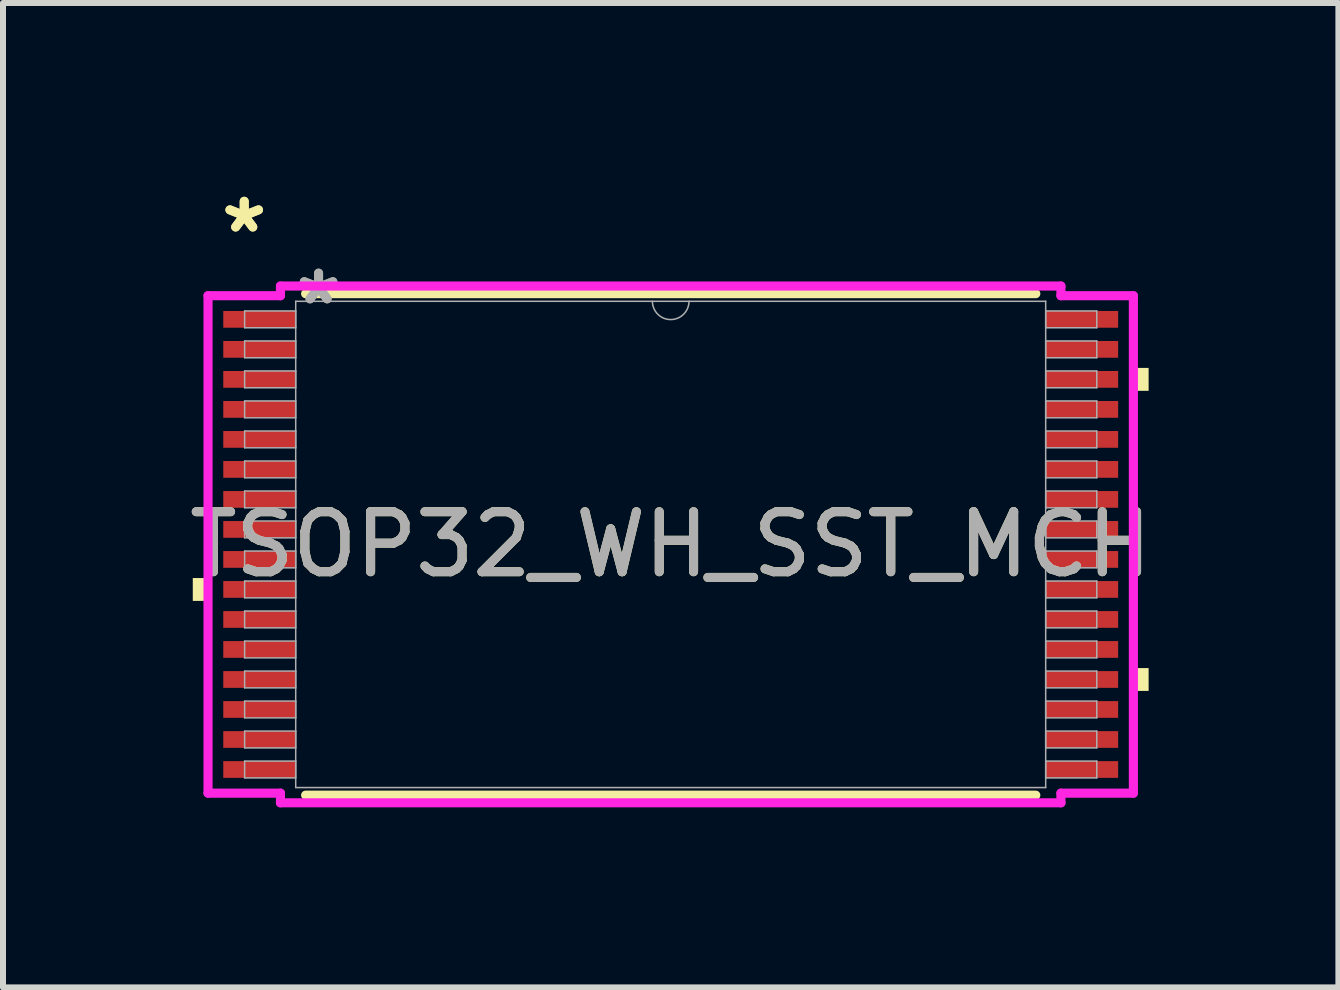
<source format=kicad_pcb>
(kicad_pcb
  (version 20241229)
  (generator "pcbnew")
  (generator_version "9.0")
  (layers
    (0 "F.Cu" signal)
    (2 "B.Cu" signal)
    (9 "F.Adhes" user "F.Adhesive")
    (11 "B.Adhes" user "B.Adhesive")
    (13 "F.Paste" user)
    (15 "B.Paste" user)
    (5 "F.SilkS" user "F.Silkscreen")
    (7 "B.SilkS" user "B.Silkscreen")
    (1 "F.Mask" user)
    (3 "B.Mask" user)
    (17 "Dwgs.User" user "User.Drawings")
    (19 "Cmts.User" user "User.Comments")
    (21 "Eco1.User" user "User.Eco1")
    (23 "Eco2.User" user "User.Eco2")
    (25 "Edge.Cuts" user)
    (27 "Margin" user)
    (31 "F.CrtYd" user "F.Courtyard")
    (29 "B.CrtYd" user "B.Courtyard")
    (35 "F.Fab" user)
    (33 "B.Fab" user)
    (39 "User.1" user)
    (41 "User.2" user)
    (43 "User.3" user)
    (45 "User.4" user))
  (footprint "TSOP32_WH_SST_MCH"
    (layer "F.Cu")
    (at 8.125 6.021)
    (property "Reference" "TSOP32_WH_SST_MCH" (at 0 0 0) (unlocked yes) (layer "F.SilkS") (effects (font (size 1 1) (thickness 0.15))))
    (attr smd)
    (fp_line (start -6.083 4.178) (end 6.083 4.178) (stroke (width 0.152) (type solid)) (layer "F.SilkS"))
    (fp_line (start 6.083 -4.178) (end -6.083 -4.178) (stroke (width 0.152) (type solid)) (layer "F.SilkS"))
    (fp_poly (pts (xy -7.963 0.56) (xy -7.963 0.941) (xy -7.709 0.941) (xy -7.709 0.56)) (stroke (width 0) (type solid)) (fill yes) (layer "F.SilkS"))
    (fp_poly (pts (xy 7.963 -2.941) (xy 7.963 -2.559) (xy 7.709 -2.559) (xy 7.709 -2.941)) (stroke (width 0) (type solid)) (fill yes) (layer "F.SilkS"))
    (fp_poly (pts (xy 7.963 2.06) (xy 7.963 2.441) (xy 7.709 2.441) (xy 7.709 2.06)) (stroke (width 0) (type solid)) (fill yes) (layer "F.SilkS"))
    (fp_line (start -7.709 -4.144) (end -6.502 -4.144) (stroke (width 0.152) (type solid)) (layer "F.CrtYd"))
    (fp_line (start -7.709 4.144) (end -7.709 -4.144) (stroke (width 0.152) (type solid)) (layer "F.CrtYd"))
    (fp_line (start -7.709 4.144) (end -6.502 4.144) (stroke (width 0.152) (type solid)) (layer "F.CrtYd"))
    (fp_line (start -6.502 -4.305) (end 6.502 -4.305) (stroke (width 0.152) (type solid)) (layer "F.CrtYd"))
    (fp_line (start -6.502 -4.144) (end -6.502 -4.305) (stroke (width 0.152) (type solid)) (layer "F.CrtYd"))
    (fp_line (start -6.502 4.305) (end -6.502 4.144) (stroke (width 0.152) (type solid)) (layer "F.CrtYd"))
    (fp_line (start 6.502 -4.305) (end 6.502 -4.144) (stroke (width 0.152) (type solid)) (layer "F.CrtYd"))
    (fp_line (start 6.502 4.144) (end 6.502 4.305) (stroke (width 0.152) (type solid)) (layer "F.CrtYd"))
    (fp_line (start 6.502 4.305) (end -6.502 4.305) (stroke (width 0.152) (type solid)) (layer "F.CrtYd"))
    (fp_line (start 7.709 -4.144) (end 6.502 -4.144) (stroke (width 0.152) (type solid)) (layer "F.CrtYd"))
    (fp_line (start 7.709 -4.144) (end 7.709 4.144) (stroke (width 0.152) (type solid)) (layer "F.CrtYd"))
    (fp_line (start 7.709 4.144) (end 6.502 4.144) (stroke (width 0.152) (type solid)) (layer "F.CrtYd"))
    (fp_line (start -7.099 -3.89) (end -7.099 -3.61) (stroke (width 0.025) (type solid)) (layer "F.Fab"))
    (fp_line (start -7.099 -3.61) (end -6.248 -3.61) (stroke (width 0.025) (type solid)) (layer "F.Fab"))
    (fp_line (start -7.099 -3.39) (end -7.099 -3.11) (stroke (width 0.025) (type solid)) (layer "F.Fab"))
    (fp_line (start -7.099 -3.11) (end -6.248 -3.11) (stroke (width 0.025) (type solid)) (layer "F.Fab"))
    (fp_line (start -7.099 -2.89) (end -7.099 -2.61) (stroke (width 0.025) (type solid)) (layer "F.Fab"))
    (fp_line (start -7.099 -2.61) (end -6.248 -2.61) (stroke (width 0.025) (type solid)) (layer "F.Fab"))
    (fp_line (start -7.099 -2.39) (end -7.099 -2.11) (stroke (width 0.025) (type solid)) (layer "F.Fab"))
    (fp_line (start -7.099 -2.11) (end -6.248 -2.11) (stroke (width 0.025) (type solid)) (layer "F.Fab"))
    (fp_line (start -7.099 -1.89) (end -7.099 -1.61) (stroke (width 0.025) (type solid)) (layer "F.Fab"))
    (fp_line (start -7.099 -1.61) (end -6.248 -1.61) (stroke (width 0.025) (type solid)) (layer "F.Fab"))
    (fp_line (start -7.099 -1.39) (end -7.099 -1.11) (stroke (width 0.025) (type solid)) (layer "F.Fab"))
    (fp_line (start -7.099 -1.11) (end -6.248 -1.11) (stroke (width 0.025) (type solid)) (layer "F.Fab"))
    (fp_line (start -7.099 -0.89) (end -7.099 -0.61) (stroke (width 0.025) (type solid)) (layer "F.Fab"))
    (fp_line (start -7.099 -0.61) (end -6.248 -0.61) (stroke (width 0.025) (type solid)) (layer "F.Fab"))
    (fp_line (start -7.099 -0.39) (end -7.099 -0.11) (stroke (width 0.025) (type solid)) (layer "F.Fab"))
    (fp_line (start -7.099 -0.11) (end -6.248 -0.11) (stroke (width 0.025) (type solid)) (layer "F.Fab"))
    (fp_line (start -7.099 0.11) (end -7.099 0.39) (stroke (width 0.025) (type solid)) (layer "F.Fab"))
    (fp_line (start -7.099 0.39) (end -6.248 0.39) (stroke (width 0.025) (type solid)) (layer "F.Fab"))
    (fp_line (start -7.099 0.61) (end -7.099 0.89) (stroke (width 0.025) (type solid)) (layer "F.Fab"))
    (fp_line (start -7.099 0.89) (end -6.248 0.89) (stroke (width 0.025) (type solid)) (layer "F.Fab"))
    (fp_line (start -7.099 1.11) (end -7.099 1.39) (stroke (width 0.025) (type solid)) (layer "F.Fab"))
    (fp_line (start -7.099 1.39) (end -6.248 1.39) (stroke (width 0.025) (type solid)) (layer "F.Fab"))
    (fp_line (start -7.099 1.61) (end -7.099 1.89) (stroke (width 0.025) (type solid)) (layer "F.Fab"))
    (fp_line (start -7.099 1.89) (end -6.248 1.89) (stroke (width 0.025) (type solid)) (layer "F.Fab"))
    (fp_line (start -7.099 2.11) (end -7.099 2.39) (stroke (width 0.025) (type solid)) (layer "F.Fab"))
    (fp_line (start -7.099 2.39) (end -6.248 2.39) (stroke (width 0.025) (type solid)) (layer "F.Fab"))
    (fp_line (start -7.099 2.61) (end -7.099 2.89) (stroke (width 0.025) (type solid)) (layer "F.Fab"))
    (fp_line (start -7.099 2.89) (end -6.248 2.89) (stroke (width 0.025) (type solid)) (layer "F.Fab"))
    (fp_line (start -7.099 3.11) (end -7.099 3.39) (stroke (width 0.025) (type solid)) (layer "F.Fab"))
    (fp_line (start -7.099 3.39) (end -6.248 3.39) (stroke (width 0.025) (type solid)) (layer "F.Fab"))
    (fp_line (start -7.099 3.61) (end -7.099 3.89) (stroke (width 0.025) (type solid)) (layer "F.Fab"))
    (fp_line (start -7.099 3.89) (end -6.248 3.89) (stroke (width 0.025) (type solid)) (layer "F.Fab"))
    (fp_line (start -6.248 -4.051) (end -6.248 4.051) (stroke (width 0.025) (type solid)) (layer "F.Fab"))
    (fp_line (start -6.248 -3.89) (end -7.099 -3.89) (stroke (width 0.025) (type solid)) (layer "F.Fab"))
    (fp_line (start -6.248 -3.61) (end -6.248 -3.89) (stroke (width 0.025) (type solid)) (layer "F.Fab"))
    (fp_line (start -6.248 -3.39) (end -7.099 -3.39) (stroke (width 0.025) (type solid)) (layer "F.Fab"))
    (fp_line (start -6.248 -3.11) (end -6.248 -3.39) (stroke (width 0.025) (type solid)) (layer "F.Fab"))
    (fp_line (start -6.248 -2.89) (end -7.099 -2.89) (stroke (width 0.025) (type solid)) (layer "F.Fab"))
    (fp_line (start -6.248 -2.61) (end -6.248 -2.89) (stroke (width 0.025) (type solid)) (layer "F.Fab"))
    (fp_line (start -6.248 -2.39) (end -7.099 -2.39) (stroke (width 0.025) (type solid)) (layer "F.Fab"))
    (fp_line (start -6.248 -2.11) (end -6.248 -2.39) (stroke (width 0.025) (type solid)) (layer "F.Fab"))
    (fp_line (start -6.248 -1.89) (end -7.099 -1.89) (stroke (width 0.025) (type solid)) (layer "F.Fab"))
    (fp_line (start -6.248 -1.61) (end -6.248 -1.89) (stroke (width 0.025) (type solid)) (layer "F.Fab"))
    (fp_line (start -6.248 -1.39) (end -7.099 -1.39) (stroke (width 0.025) (type solid)) (layer "F.Fab"))
    (fp_line (start -6.248 -1.11) (end -6.248 -1.39) (stroke (width 0.025) (type solid)) (layer "F.Fab"))
    (fp_line (start -6.248 -0.89) (end -7.099 -0.89) (stroke (width 0.025) (type solid)) (layer "F.Fab"))
    (fp_line (start -6.248 -0.61) (end -6.248 -0.89) (stroke (width 0.025) (type solid)) (layer "F.Fab"))
    (fp_line (start -6.248 -0.39) (end -7.099 -0.39) (stroke (width 0.025) (type solid)) (layer "F.Fab"))
    (fp_line (start -6.248 -0.11) (end -6.248 -0.39) (stroke (width 0.025) (type solid)) (layer "F.Fab"))
    (fp_line (start -6.248 0.11) (end -7.099 0.11) (stroke (width 0.025) (type solid)) (layer "F.Fab"))
    (fp_line (start -6.248 0.39) (end -6.248 0.11) (stroke (width 0.025) (type solid)) (layer "F.Fab"))
    (fp_line (start -6.248 0.61) (end -7.099 0.61) (stroke (width 0.025) (type solid)) (layer "F.Fab"))
    (fp_line (start -6.248 0.89) (end -6.248 0.61) (stroke (width 0.025) (type solid)) (layer "F.Fab"))
    (fp_line (start -6.248 1.11) (end -7.099 1.11) (stroke (width 0.025) (type solid)) (layer "F.Fab"))
    (fp_line (start -6.248 1.39) (end -6.248 1.11) (stroke (width 0.025) (type solid)) (layer "F.Fab"))
    (fp_line (start -6.248 1.61) (end -7.099 1.61) (stroke (width 0.025) (type solid)) (layer "F.Fab"))
    (fp_line (start -6.248 1.89) (end -6.248 1.61) (stroke (width 0.025) (type solid)) (layer "F.Fab"))
    (fp_line (start -6.248 2.11) (end -7.099 2.11) (stroke (width 0.025) (type solid)) (layer "F.Fab"))
    (fp_line (start -6.248 2.39) (end -6.248 2.11) (stroke (width 0.025) (type solid)) (layer "F.Fab"))
    (fp_line (start -6.248 2.61) (end -7.099 2.61) (stroke (width 0.025) (type solid)) (layer "F.Fab"))
    (fp_line (start -6.248 2.89) (end -6.248 2.61) (stroke (width 0.025) (type solid)) (layer "F.Fab"))
    (fp_line (start -6.248 3.11) (end -7.099 3.11) (stroke (width 0.025) (type solid)) (layer "F.Fab"))
    (fp_line (start -6.248 3.39) (end -6.248 3.11) (stroke (width 0.025) (type solid)) (layer "F.Fab"))
    (fp_line (start -6.248 3.61) (end -7.099 3.61) (stroke (width 0.025) (type solid)) (layer "F.Fab"))
    (fp_line (start -6.248 3.89) (end -6.248 3.61) (stroke (width 0.025) (type solid)) (layer "F.Fab"))
    (fp_line (start -6.248 4.051) (end 6.248 4.051) (stroke (width 0.025) (type solid)) (layer "F.Fab"))
    (fp_line (start 6.248 -4.051) (end -6.248 -4.051) (stroke (width 0.025) (type solid)) (layer "F.Fab"))
    (fp_line (start 6.248 -3.89) (end 6.248 -3.61) (stroke (width 0.025) (type solid)) (layer "F.Fab"))
    (fp_line (start 6.248 -3.61) (end 7.099 -3.61) (stroke (width 0.025) (type solid)) (layer "F.Fab"))
    (fp_line (start 6.248 -3.39) (end 6.248 -3.11) (stroke (width 0.025) (type solid)) (layer "F.Fab"))
    (fp_line (start 6.248 -3.11) (end 7.099 -3.11) (stroke (width 0.025) (type solid)) (layer "F.Fab"))
    (fp_line (start 6.248 -2.89) (end 6.248 -2.61) (stroke (width 0.025) (type solid)) (layer "F.Fab"))
    (fp_line (start 6.248 -2.61) (end 7.099 -2.61) (stroke (width 0.025) (type solid)) (layer "F.Fab"))
    (fp_line (start 6.248 -2.39) (end 6.248 -2.11) (stroke (width 0.025) (type solid)) (layer "F.Fab"))
    (fp_line (start 6.248 -2.11) (end 7.099 -2.11) (stroke (width 0.025) (type solid)) (layer "F.Fab"))
    (fp_line (start 6.248 -1.89) (end 6.248 -1.61) (stroke (width 0.025) (type solid)) (layer "F.Fab"))
    (fp_line (start 6.248 -1.61) (end 7.099 -1.61) (stroke (width 0.025) (type solid)) (layer "F.Fab"))
    (fp_line (start 6.248 -1.39) (end 6.248 -1.11) (stroke (width 0.025) (type solid)) (layer "F.Fab"))
    (fp_line (start 6.248 -1.11) (end 7.099 -1.11) (stroke (width 0.025) (type solid)) (layer "F.Fab"))
    (fp_line (start 6.248 -0.89) (end 6.248 -0.61) (stroke (width 0.025) (type solid)) (layer "F.Fab"))
    (fp_line (start 6.248 -0.61) (end 7.099 -0.61) (stroke (width 0.025) (type solid)) (layer "F.Fab"))
    (fp_line (start 6.248 -0.39) (end 6.248 -0.11) (stroke (width 0.025) (type solid)) (layer "F.Fab"))
    (fp_line (start 6.248 -0.11) (end 7.099 -0.11) (stroke (width 0.025) (type solid)) (layer "F.Fab"))
    (fp_line (start 6.248 0.11) (end 6.248 0.39) (stroke (width 0.025) (type solid)) (layer "F.Fab"))
    (fp_line (start 6.248 0.39) (end 7.099 0.39) (stroke (width 0.025) (type solid)) (layer "F.Fab"))
    (fp_line (start 6.248 0.61) (end 6.248 0.89) (stroke (width 0.025) (type solid)) (layer "F.Fab"))
    (fp_line (start 6.248 0.89) (end 7.099 0.89) (stroke (width 0.025) (type solid)) (layer "F.Fab"))
    (fp_line (start 6.248 1.11) (end 6.248 1.39) (stroke (width 0.025) (type solid)) (layer "F.Fab"))
    (fp_line (start 6.248 1.39) (end 7.099 1.39) (stroke (width 0.025) (type solid)) (layer "F.Fab"))
    (fp_line (start 6.248 1.61) (end 6.248 1.89) (stroke (width 0.025) (type solid)) (layer "F.Fab"))
    (fp_line (start 6.248 1.89) (end 7.099 1.89) (stroke (width 0.025) (type solid)) (layer "F.Fab"))
    (fp_line (start 6.248 2.11) (end 6.248 2.39) (stroke (width 0.025) (type solid)) (layer "F.Fab"))
    (fp_line (start 6.248 2.39) (end 7.099 2.39) (stroke (width 0.025) (type solid)) (layer "F.Fab"))
    (fp_line (start 6.248 2.61) (end 6.248 2.89) (stroke (width 0.025) (type solid)) (layer "F.Fab"))
    (fp_line (start 6.248 2.89) (end 7.099 2.89) (stroke (width 0.025) (type solid)) (layer "F.Fab"))
    (fp_line (start 6.248 3.11) (end 6.248 3.39) (stroke (width 0.025) (type solid)) (layer "F.Fab"))
    (fp_line (start 6.248 3.39) (end 7.099 3.39) (stroke (width 0.025) (type solid)) (layer "F.Fab"))
    (fp_line (start 6.248 3.61) (end 6.248 3.89) (stroke (width 0.025) (type solid)) (layer "F.Fab"))
    (fp_line (start 6.248 3.89) (end 7.099 3.89) (stroke (width 0.025) (type solid)) (layer "F.Fab"))
    (fp_line (start 6.248 4.051) (end 6.248 -4.051) (stroke (width 0.025) (type solid)) (layer "F.Fab"))
    (fp_line (start 7.099 -3.89) (end 6.248 -3.89) (stroke (width 0.025) (type solid)) (layer "F.Fab"))
    (fp_line (start 7.099 -3.61) (end 7.099 -3.89) (stroke (width 0.025) (type solid)) (layer "F.Fab"))
    (fp_line (start 7.099 -3.39) (end 6.248 -3.39) (stroke (width 0.025) (type solid)) (layer "F.Fab"))
    (fp_line (start 7.099 -3.11) (end 7.099 -3.39) (stroke (width 0.025) (type solid)) (layer "F.Fab"))
    (fp_line (start 7.099 -2.89) (end 6.248 -2.89) (stroke (width 0.025) (type solid)) (layer "F.Fab"))
    (fp_line (start 7.099 -2.61) (end 7.099 -2.89) (stroke (width 0.025) (type solid)) (layer "F.Fab"))
    (fp_line (start 7.099 -2.39) (end 6.248 -2.39) (stroke (width 0.025) (type solid)) (layer "F.Fab"))
    (fp_line (start 7.099 -2.11) (end 7.099 -2.39) (stroke (width 0.025) (type solid)) (layer "F.Fab"))
    (fp_line (start 7.099 -1.89) (end 6.248 -1.89) (stroke (width 0.025) (type solid)) (layer "F.Fab"))
    (fp_line (start 7.099 -1.61) (end 7.099 -1.89) (stroke (width 0.025) (type solid)) (layer "F.Fab"))
    (fp_line (start 7.099 -1.39) (end 6.248 -1.39) (stroke (width 0.025) (type solid)) (layer "F.Fab"))
    (fp_line (start 7.099 -1.11) (end 7.099 -1.39) (stroke (width 0.025) (type solid)) (layer "F.Fab"))
    (fp_line (start 7.099 -0.89) (end 6.248 -0.89) (stroke (width 0.025) (type solid)) (layer "F.Fab"))
    (fp_line (start 7.099 -0.61) (end 7.099 -0.89) (stroke (width 0.025) (type solid)) (layer "F.Fab"))
    (fp_line (start 7.099 -0.39) (end 6.248 -0.39) (stroke (width 0.025) (type solid)) (layer "F.Fab"))
    (fp_line (start 7.099 -0.11) (end 7.099 -0.39) (stroke (width 0.025) (type solid)) (layer "F.Fab"))
    (fp_line (start 7.099 0.11) (end 6.248 0.11) (stroke (width 0.025) (type solid)) (layer "F.Fab"))
    (fp_line (start 7.099 0.39) (end 7.099 0.11) (stroke (width 0.025) (type solid)) (layer "F.Fab"))
    (fp_line (start 7.099 0.61) (end 6.248 0.61) (stroke (width 0.025) (type solid)) (layer "F.Fab"))
    (fp_line (start 7.099 0.89) (end 7.099 0.61) (stroke (width 0.025) (type solid)) (layer "F.Fab"))
    (fp_line (start 7.099 1.11) (end 6.248 1.11) (stroke (width 0.025) (type solid)) (layer "F.Fab"))
    (fp_line (start 7.099 1.39) (end 7.099 1.11) (stroke (width 0.025) (type solid)) (layer "F.Fab"))
    (fp_line (start 7.099 1.61) (end 6.248 1.61) (stroke (width 0.025) (type solid)) (layer "F.Fab"))
    (fp_line (start 7.099 1.89) (end 7.099 1.61) (stroke (width 0.025) (type solid)) (layer "F.Fab"))
    (fp_line (start 7.099 2.11) (end 6.248 2.11) (stroke (width 0.025) (type solid)) (layer "F.Fab"))
    (fp_line (start 7.099 2.39) (end 7.099 2.11) (stroke (width 0.025) (type solid)) (layer "F.Fab"))
    (fp_line (start 7.099 2.61) (end 6.248 2.61) (stroke (width 0.025) (type solid)) (layer "F.Fab"))
    (fp_line (start 7.099 2.89) (end 7.099 2.61) (stroke (width 0.025) (type solid)) (layer "F.Fab"))
    (fp_line (start 7.099 3.11) (end 6.248 3.11) (stroke (width 0.025) (type solid)) (layer "F.Fab"))
    (fp_line (start 7.099 3.39) (end 7.099 3.11) (stroke (width 0.025) (type solid)) (layer "F.Fab"))
    (fp_line (start 7.099 3.61) (end 6.248 3.61) (stroke (width 0.025) (type solid)) (layer "F.Fab"))
    (fp_line (start 7.099 3.89) (end 7.099 3.61) (stroke (width 0.025) (type solid)) (layer "F.Fab"))
    (fp_arc (start 0.3048 -4.0513) (mid 0 -3.7465) (end -0.3048 -4.0513) (stroke (width 0.0254) (type solid)) (layer "F.Fab"))
    (fp_text user "*" (at -7.106 -5.172 0) (unlocked yes) (layer "F.SilkS") (effects (font (size 1 1) (thickness 0.15))))
    (fp_text user "*" (at -7.106 -5.172 0) (layer "F.SilkS") (effects (font (size 1 1) (thickness 0.15))))
    (fp_text user "*" (at -5.867 -3.975 0) (unlocked yes) (layer "F.Fab") (effects (font (size 1 1) (thickness 0.15))))
    (fp_text user "*" (at -5.867 -3.975 0) (layer "F.Fab") (effects (font (size 1 1) (thickness 0.15))))
    (fp_text user "${REFERENCE}" (at 0 0 0) (unlocked yes) (layer "F.Fab") (effects (font (size 1 1) (thickness 0.15))))
    (pad "1" smd rect (at -6.852 -3.75) (size 1.206 0.279) (layers "F.Cu" "F.Mask" "F.Paste"))
    (pad "2" smd rect (at -6.852 -3.25) (size 1.206 0.279) (layers "F.Cu" "F.Mask" "F.Paste"))
    (pad "3" smd rect (at -6.852 -2.75) (size 1.206 0.279) (layers "F.Cu" "F.Mask" "F.Paste"))
    (pad "4" smd rect (at -6.852 -2.25) (size 1.206 0.279) (layers "F.Cu" "F.Mask" "F.Paste"))
    (pad "5" smd rect (at -6.852 -1.75) (size 1.206 0.279) (layers "F.Cu" "F.Mask" "F.Paste"))
    (pad "6" smd rect (at -6.852 -1.25) (size 1.206 0.279) (layers "F.Cu" "F.Mask" "F.Paste"))
    (pad "7" smd rect (at -6.852 -0.75) (size 1.206 0.279) (layers "F.Cu" "F.Mask" "F.Paste"))
    (pad "8" smd rect (at -6.852 -0.25) (size 1.206 0.279) (layers "F.Cu" "F.Mask" "F.Paste"))
    (pad "9" smd rect (at -6.852 0.25) (size 1.206 0.279) (layers "F.Cu" "F.Mask" "F.Paste"))
    (pad "10" smd rect (at -6.852 0.75) (size 1.206 0.279) (layers "F.Cu" "F.Mask" "F.Paste"))
    (pad "11" smd rect (at -6.852 1.25) (size 1.206 0.279) (layers "F.Cu" "F.Mask" "F.Paste"))
    (pad "12" smd rect (at -6.852 1.75) (size 1.206 0.279) (layers "F.Cu" "F.Mask" "F.Paste"))
    (pad "13" smd rect (at -6.852 2.25) (size 1.206 0.279) (layers "F.Cu" "F.Mask" "F.Paste"))
    (pad "14" smd rect (at -6.852 2.75) (size 1.206 0.279) (layers "F.Cu" "F.Mask" "F.Paste"))
    (pad "15" smd rect (at -6.852 3.25) (size 1.206 0.279) (layers "F.Cu" "F.Mask" "F.Paste"))
    (pad "16" smd rect (at -6.852 3.75) (size 1.206 0.279) (layers "F.Cu" "F.Mask" "F.Paste"))
    (pad "17" smd rect (at 6.852 3.75) (size 1.206 0.279) (layers "F.Cu" "F.Mask" "F.Paste"))
    (pad "18" smd rect (at 6.852 3.25) (size 1.206 0.279) (layers "F.Cu" "F.Mask" "F.Paste"))
    (pad "19" smd rect (at 6.852 2.75) (size 1.206 0.279) (layers "F.Cu" "F.Mask" "F.Paste"))
    (pad "20" smd rect (at 6.852 2.25) (size 1.206 0.279) (layers "F.Cu" "F.Mask" "F.Paste"))
    (pad "21" smd rect (at 6.852 1.75) (size 1.206 0.279) (layers "F.Cu" "F.Mask" "F.Paste"))
    (pad "22" smd rect (at 6.852 1.25) (size 1.206 0.279) (layers "F.Cu" "F.Mask" "F.Paste"))
    (pad "23" smd rect (at 6.852 0.75) (size 1.206 0.279) (layers "F.Cu" "F.Mask" "F.Paste"))
    (pad "24" smd rect (at 6.852 0.25) (size 1.206 0.279) (layers "F.Cu" "F.Mask" "F.Paste"))
    (pad "25" smd rect (at 6.852 -0.25) (size 1.206 0.279) (layers "F.Cu" "F.Mask" "F.Paste"))
    (pad "26" smd rect (at 6.852 -0.75) (size 1.206 0.279) (layers "F.Cu" "F.Mask" "F.Paste"))
    (pad "27" smd rect (at 6.852 -1.25) (size 1.206 0.279) (layers "F.Cu" "F.Mask" "F.Paste"))
    (pad "28" smd rect (at 6.852 -1.75) (size 1.206 0.279) (layers "F.Cu" "F.Mask" "F.Paste"))
    (pad "29" smd rect (at 6.852 -2.25) (size 1.206 0.279) (layers "F.Cu" "F.Mask" "F.Paste"))
    (pad "30" smd rect (at 6.852 -2.75) (size 1.206 0.279) (layers "F.Cu" "F.Mask" "F.Paste"))
    (pad "31" smd rect (at 6.852 -3.25) (size 1.206 0.279) (layers "F.Cu" "F.Mask" "F.Paste"))
    (pad "32" smd rect (at 6.852 -3.75) (size 1.206 0.279) (layers "F.Cu" "F.Mask" "F.Paste")))
  (gr_rect
    (start -3 -3)
    (end 19.25 13.402)
    (stroke (width 0.1) (type default))
    (fill no)
    (layer "Edge.Cuts")))
</source>
